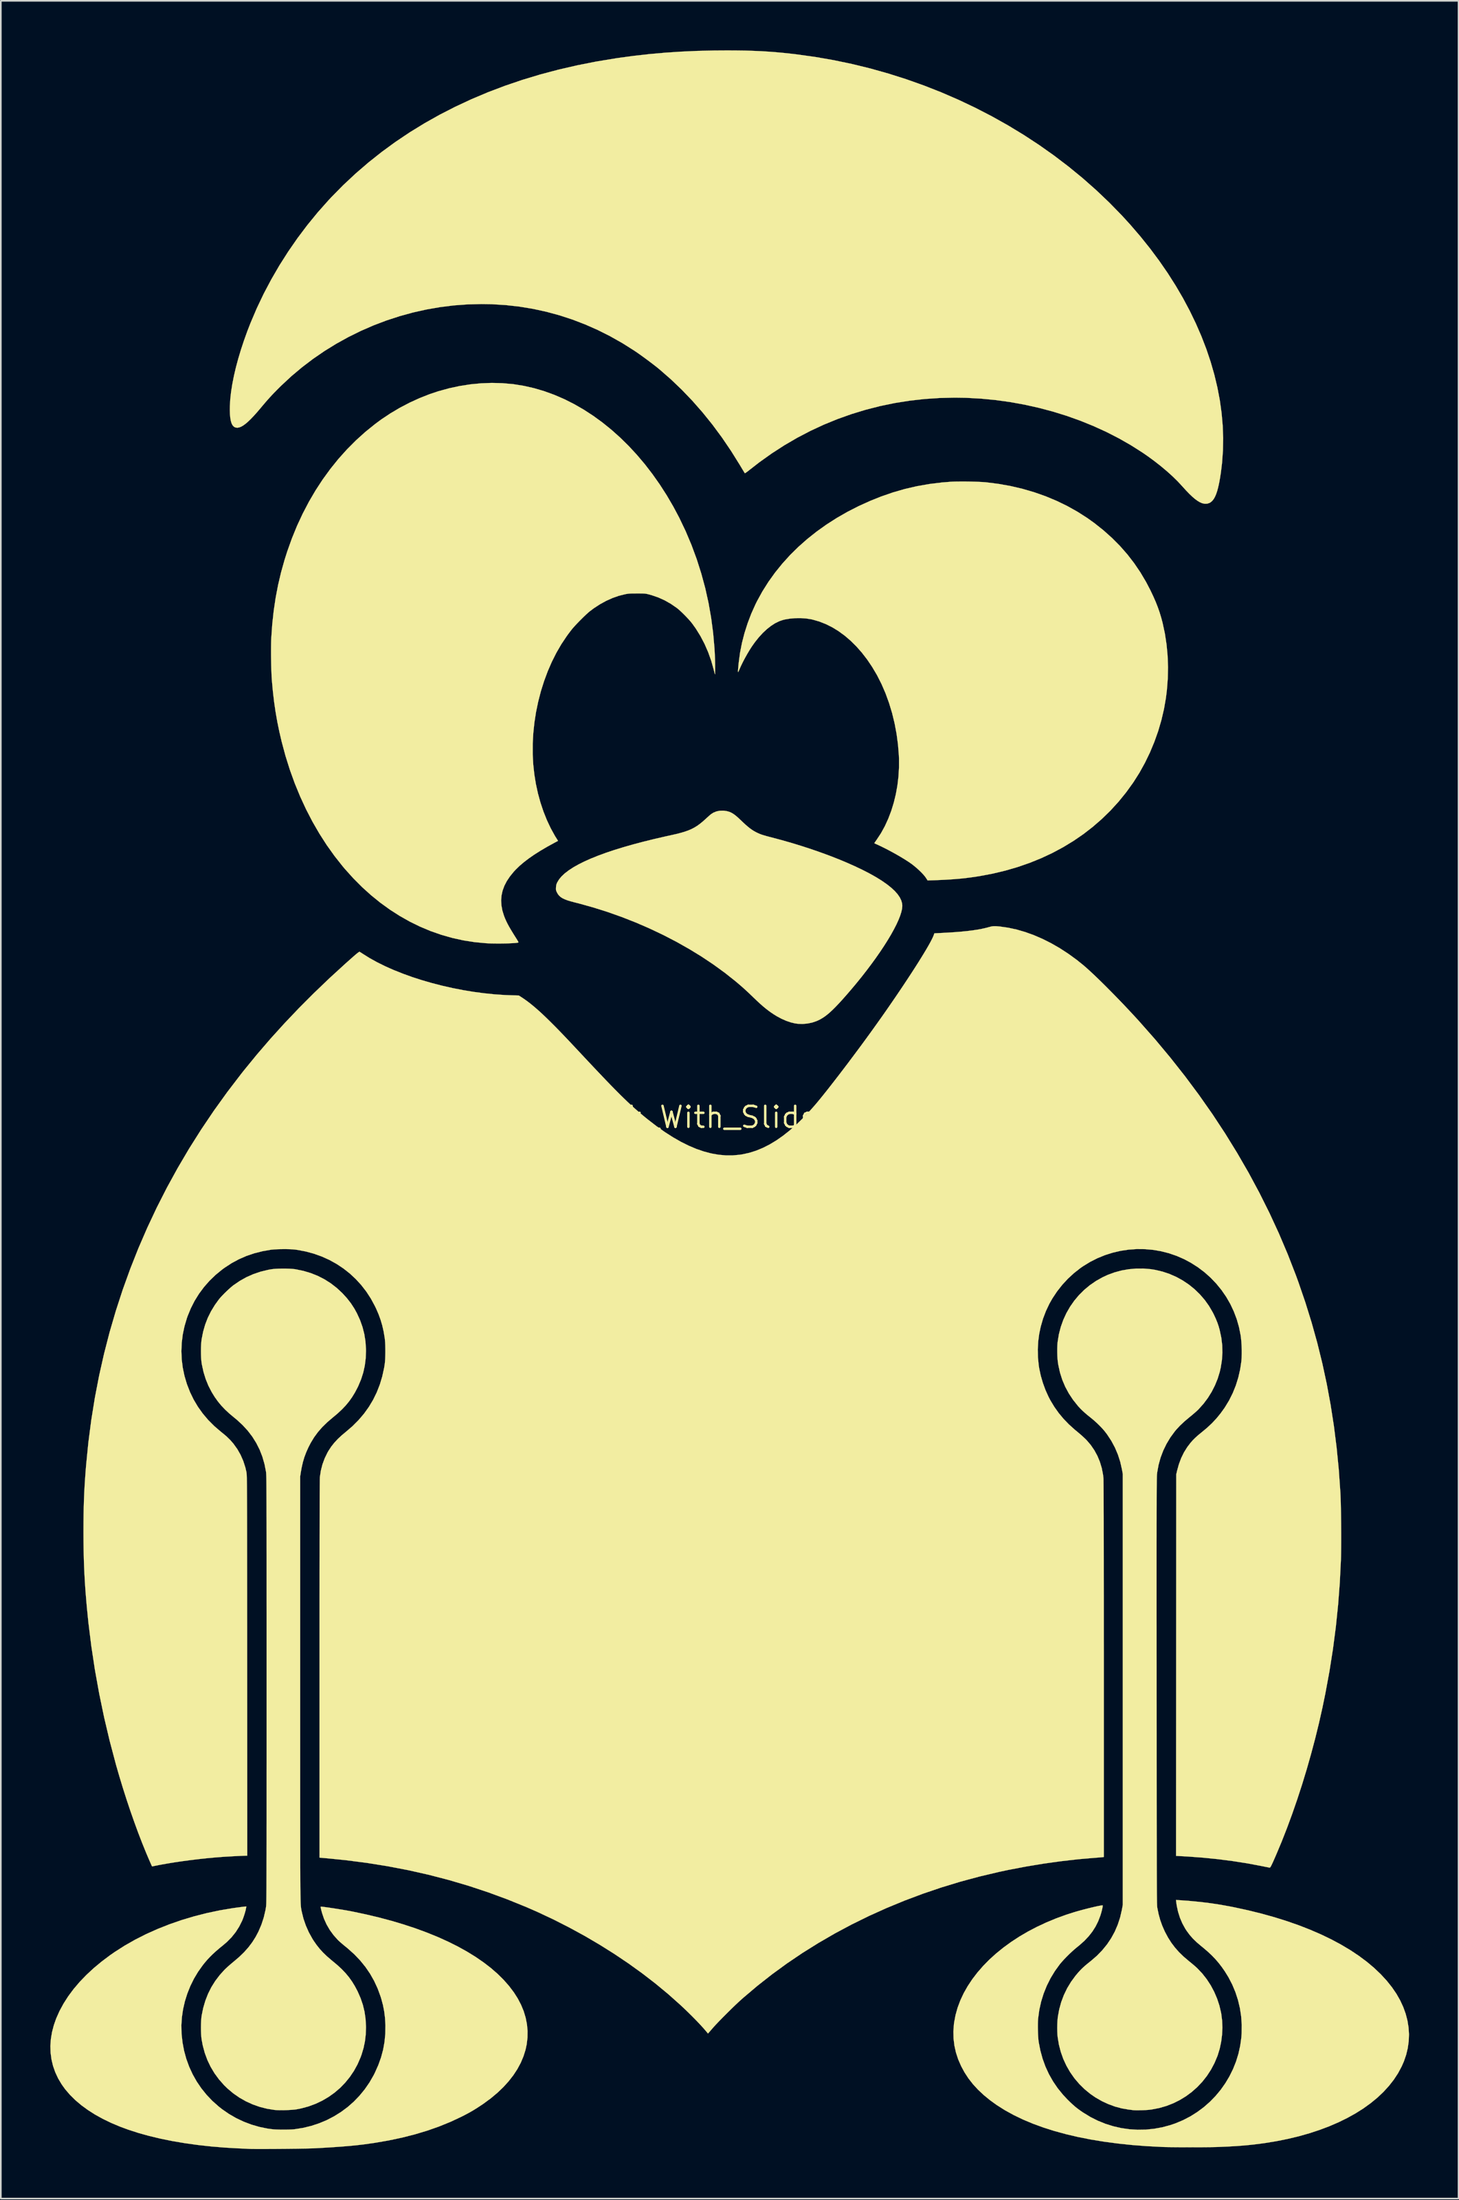
<source format=kicad_pcb>
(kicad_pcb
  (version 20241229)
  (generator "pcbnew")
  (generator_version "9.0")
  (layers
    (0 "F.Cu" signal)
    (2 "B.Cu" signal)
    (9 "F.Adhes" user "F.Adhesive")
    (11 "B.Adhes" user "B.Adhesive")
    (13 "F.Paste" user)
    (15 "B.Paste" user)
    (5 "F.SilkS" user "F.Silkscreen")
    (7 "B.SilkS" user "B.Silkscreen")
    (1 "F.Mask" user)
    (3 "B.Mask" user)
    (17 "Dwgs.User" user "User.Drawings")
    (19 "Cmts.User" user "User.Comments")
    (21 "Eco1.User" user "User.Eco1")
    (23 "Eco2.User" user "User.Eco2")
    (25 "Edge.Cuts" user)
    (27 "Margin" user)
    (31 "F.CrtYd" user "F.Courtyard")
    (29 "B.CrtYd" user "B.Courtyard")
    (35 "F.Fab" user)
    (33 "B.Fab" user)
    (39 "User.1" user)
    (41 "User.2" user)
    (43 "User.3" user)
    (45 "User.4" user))
  (footprint "Tux_Silk_With_Slider_135"
    (layer "F.Cu")
    (at 40.132 64.648)
    (property "Reference" "Tux_Silk_With_Slider_135" (at 0 0 0) (layer "F.SilkS") (effects (font (size 1.27 1.27) (thickness 0.15))))
    (attr through_hole)
    (fp_poly (pts (xy 0.748 -18.567) (xy 0.892 -18.543) (xy 1.024 -18.506) (xy 1.149 -18.453) (xy 1.273 -18.38) (xy 1.405 -18.284) (xy 1.549 -18.161) (xy 1.691 -18.027) (xy 1.869 -17.858) (xy 2.023 -17.717) (xy 2.16 -17.599) (xy 2.285 -17.5) (xy 2.402 -17.416) (xy 2.519 -17.342) (xy 2.639 -17.276) (xy 2.682 -17.254) (xy 2.78 -17.207) (xy 2.879 -17.164) (xy 2.988 -17.124) (xy 3.113 -17.084) (xy 3.261 -17.041) (xy 3.439 -16.993) (xy 3.556 -16.963) (xy 4.174 -16.798) (xy 4.785 -16.624) (xy 5.387 -16.44) (xy 5.976 -16.249) (xy 6.549 -16.05) (xy 7.105 -15.846) (xy 7.639 -15.638) (xy 8.148 -15.426) (xy 8.631 -15.211) (xy 9.084 -14.996) (xy 9.504 -14.781) (xy 9.887 -14.567) (xy 10.233 -14.355) (xy 10.287 -14.319) (xy 10.585 -14.111) (xy 10.841 -13.908) (xy 11.056 -13.708) (xy 11.229 -13.513) (xy 11.361 -13.321) (xy 11.452 -13.133) (xy 11.503 -12.948) (xy 11.515 -12.809) (xy 11.5 -12.635) (xy 11.455 -12.433) (xy 11.383 -12.206) (xy 11.283 -11.954) (xy 11.158 -11.68) (xy 11.007 -11.386) (xy 10.834 -11.073) (xy 10.637 -10.743) (xy 10.419 -10.397) (xy 10.181 -10.039) (xy 9.924 -9.669) (xy 9.648 -9.289) (xy 9.356 -8.901) (xy 9.048 -8.506) (xy 8.725 -8.108) (xy 8.388 -7.707) (xy 8.13 -7.408) (xy 7.894 -7.141) (xy 7.679 -6.905) (xy 7.483 -6.699) (xy 7.303 -6.519) (xy 7.137 -6.364) (xy 6.98 -6.23) (xy 6.832 -6.116) (xy 6.687 -6.018) (xy 6.545 -5.934) (xy 6.401 -5.863) (xy 6.302 -5.82) (xy 6.041 -5.733) (xy 5.76 -5.676) (xy 5.472 -5.652) (xy 5.186 -5.661) (xy 5.007 -5.686) (xy 4.746 -5.749) (xy 4.47 -5.844) (xy 4.188 -5.969) (xy 3.907 -6.119) (xy 3.737 -6.224) (xy 3.565 -6.339) (xy 3.402 -6.457) (xy 3.241 -6.581) (xy 3.076 -6.717) (xy 2.902 -6.87) (xy 2.712 -7.045) (xy 2.501 -7.246) (xy 2.487 -7.26) (xy 2.287 -7.452) (xy 2.108 -7.621) (xy 1.94 -7.775) (xy 1.775 -7.922) (xy 1.603 -8.07) (xy 1.417 -8.227) (xy 1.408 -8.235) (xy 0.758 -8.75) (xy 0.072 -9.249) (xy -0.646 -9.729) (xy -1.396 -10.188) (xy -2.172 -10.626) (xy -2.972 -11.041) (xy -3.794 -11.431) (xy -4.633 -11.795) (xy -5.488 -12.131) (xy -6.354 -12.438) (xy -7.23 -12.714) (xy -8.111 -12.959) (xy -8.35 -13.019) (xy -8.589 -13.082) (xy -8.789 -13.144) (xy -8.956 -13.208) (xy -9.093 -13.275) (xy -9.204 -13.349) (xy -9.294 -13.432) (xy -9.367 -13.526) (xy -9.421 -13.622) (xy -9.455 -13.695) (xy -9.474 -13.752) (xy -9.482 -13.811) (xy -9.48 -13.889) (xy -9.478 -13.926) (xy -9.468 -14.035) (xy -9.447 -14.124) (xy -9.41 -14.214) (xy -9.402 -14.229) (xy -9.291 -14.413) (xy -9.137 -14.596) (xy -8.942 -14.779) (xy -8.705 -14.96) (xy -8.428 -15.141) (xy -8.109 -15.321) (xy -7.751 -15.5) (xy -7.353 -15.677) (xy -6.915 -15.853) (xy -6.438 -16.027) (xy -5.921 -16.2) (xy -5.367 -16.37) (xy -4.774 -16.539) (xy -4.143 -16.705) (xy -3.475 -16.869) (xy -2.769 -17.031) (xy -2.484 -17.093) (xy -2.178 -17.163) (xy -1.908 -17.232) (xy -1.669 -17.303) (xy -1.455 -17.379) (xy -1.262 -17.462) (xy -1.084 -17.555) (xy -0.914 -17.66) (xy -0.748 -17.781) (xy -0.58 -17.919) (xy -0.447 -18.037) (xy -0.352 -18.124) (xy -0.261 -18.206) (xy -0.182 -18.276) (xy -0.121 -18.329) (xy -0.098 -18.349) (xy 0.064 -18.455) (xy 0.248 -18.529) (xy 0.449 -18.57) (xy 0.661 -18.575) (xy 0.748 -18.567)) (stroke (width 0.01) (type solid)) (fill yes) (layer "F.SilkS"))
    (fp_poly (pts (xy 15.481 -38.518) (xy 15.723 -38.513) (xy 15.957 -38.507) (xy 16.177 -38.499) (xy 16.373 -38.489) (xy 16.538 -38.477) (xy 16.595 -38.472) (xy 17.351 -38.376) (xy 18.091 -38.244) (xy 18.813 -38.074) (xy 19.517 -37.868) (xy 20.202 -37.627) (xy 20.866 -37.35) (xy 21.509 -37.038) (xy 22.128 -36.692) (xy 22.723 -36.312) (xy 23.167 -35.994) (xy 23.717 -35.556) (xy 24.232 -35.095) (xy 24.712 -34.612) (xy 25.157 -34.105) (xy 25.568 -33.573) (xy 25.946 -33.016) (xy 26.292 -32.432) (xy 26.554 -31.93) (xy 26.726 -31.567) (xy 26.875 -31.228) (xy 27.003 -30.902) (xy 27.115 -30.581) (xy 27.213 -30.256) (xy 27.293 -29.955) (xy 27.433 -29.301) (xy 27.534 -28.633) (xy 27.597 -27.953) (xy 27.621 -27.264) (xy 27.606 -26.57) (xy 27.552 -25.873) (xy 27.495 -25.411) (xy 27.378 -24.738) (xy 27.221 -24.066) (xy 27.026 -23.4) (xy 26.793 -22.744) (xy 26.526 -22.102) (xy 26.224 -21.478) (xy 25.891 -20.876) (xy 25.527 -20.302) (xy 25.511 -20.278) (xy 25.082 -19.683) (xy 24.623 -19.118) (xy 24.134 -18.583) (xy 23.615 -18.077) (xy 23.069 -17.602) (xy 22.495 -17.157) (xy 21.894 -16.744) (xy 21.266 -16.363) (xy 20.613 -16.013) (xy 19.935 -15.696) (xy 19.232 -15.411) (xy 18.506 -15.16) (xy 17.757 -14.942) (xy 16.985 -14.758) (xy 16.192 -14.609) (xy 15.833 -14.553) (xy 15.427 -14.5) (xy 15.012 -14.455) (xy 14.582 -14.419) (xy 14.127 -14.39) (xy 13.64 -14.368) (xy 13.451 -14.361) (xy 13.049 -14.349) (xy 12.943 -14.511) (xy 12.865 -14.617) (xy 12.757 -14.74) (xy 12.628 -14.873) (xy 12.483 -15.011) (xy 12.329 -15.147) (xy 12.173 -15.274) (xy 12.068 -15.354) (xy 11.889 -15.478) (xy 11.677 -15.614) (xy 11.442 -15.758) (xy 11.189 -15.905) (xy 10.926 -16.052) (xy 10.661 -16.194) (xy 10.4 -16.328) (xy 10.152 -16.448) (xy 9.954 -16.539) (xy 9.887 -16.569) (xy 9.84 -16.594) (xy 9.821 -16.607) (xy 9.821 -16.607) (xy 9.833 -16.628) (xy 9.864 -16.675) (xy 9.911 -16.742) (xy 9.961 -16.813) (xy 10.221 -17.208) (xy 10.456 -17.635) (xy 10.664 -18.089) (xy 10.846 -18.567) (xy 10.999 -19.065) (xy 11.124 -19.58) (xy 11.219 -20.108) (xy 11.283 -20.646) (xy 11.315 -21.189) (xy 11.315 -21.735) (xy 11.307 -21.924) (xy 11.254 -22.578) (xy 11.168 -23.226) (xy 11.048 -23.865) (xy 10.896 -24.49) (xy 10.712 -25.097) (xy 10.499 -25.684) (xy 10.256 -26.246) (xy 9.986 -26.779) (xy 9.964 -26.818) (xy 9.683 -27.292) (xy 9.384 -27.735) (xy 9.067 -28.146) (xy 8.734 -28.524) (xy 8.387 -28.868) (xy 8.027 -29.177) (xy 7.654 -29.45) (xy 7.272 -29.685) (xy 6.879 -29.881) (xy 6.479 -30.038) (xy 6.072 -30.155) (xy 5.98 -30.175) (xy 5.68 -30.222) (xy 5.359 -30.244) (xy 5.029 -30.241) (xy 4.703 -30.213) (xy 4.393 -30.16) (xy 4.307 -30.14) (xy 4.061 -30.058) (xy 3.811 -29.937) (xy 3.56 -29.776) (xy 3.309 -29.579) (xy 3.06 -29.347) (xy 2.816 -29.081) (xy 2.578 -28.783) (xy 2.401 -28.533) (xy 2.263 -28.319) (xy 2.121 -28.082) (xy 1.982 -27.834) (xy 1.851 -27.586) (xy 1.735 -27.348) (xy 1.641 -27.136) (xy 1.611 -27.064) (xy 1.587 -27.013) (xy 1.57 -26.983) (xy 1.559 -26.977) (xy 1.554 -26.999) (xy 1.554 -27.05) (xy 1.559 -27.134) (xy 1.57 -27.252) (xy 1.585 -27.408) (xy 1.6 -27.559) (xy 1.679 -28.148) (xy 1.796 -28.744) (xy 1.95 -29.341) (xy 2.139 -29.933) (xy 2.36 -30.514) (xy 2.613 -31.077) (xy 2.704 -31.261) (xy 3.032 -31.859) (xy 3.398 -32.439) (xy 3.8 -33) (xy 4.238 -33.541) (xy 4.709 -34.061) (xy 5.214 -34.559) (xy 5.751 -35.034) (xy 6.319 -35.485) (xy 6.917 -35.912) (xy 7.543 -36.313) (xy 8.197 -36.688) (xy 8.878 -37.035) (xy 9.583 -37.353) (xy 10.234 -37.613) (xy 10.951 -37.861) (xy 11.676 -38.07) (xy 12.411 -38.239) (xy 13.159 -38.37) (xy 13.923 -38.463) (xy 14.435 -38.504) (xy 14.596 -38.512) (xy 14.788 -38.517) (xy 15.006 -38.519) (xy 15.239 -38.52) (xy 15.481 -38.518)) (stroke (width 0.01) (type solid)) (fill yes) (layer "F.SilkS"))
    (fp_poly (pts (xy 1.443 -64.64) (xy 1.964 -64.632) (xy 2.457 -64.617) (xy 2.932 -64.597) (xy 3.397 -64.569) (xy 3.858 -64.534) (xy 4.323 -64.491) (xy 4.801 -64.44) (xy 5.069 -64.408) (xy 6.209 -64.251) (xy 7.34 -64.055) (xy 8.461 -63.821) (xy 9.571 -63.55) (xy 10.67 -63.241) (xy 11.755 -62.897) (xy 12.825 -62.517) (xy 13.88 -62.102) (xy 14.917 -61.653) (xy 15.936 -61.17) (xy 16.934 -60.655) (xy 17.912 -60.107) (xy 18.868 -59.528) (xy 19.8 -58.918) (xy 20.707 -58.277) (xy 21.587 -57.607) (xy 22.441 -56.908) (xy 23.265 -56.18) (xy 24.06 -55.425) (xy 24.823 -54.643) (xy 25.333 -54.085) (xy 25.952 -53.365) (xy 26.537 -52.635) (xy 27.088 -51.895) (xy 27.604 -51.148) (xy 28.084 -50.393) (xy 28.529 -49.632) (xy 28.938 -48.865) (xy 29.31 -48.095) (xy 29.646 -47.322) (xy 29.945 -46.547) (xy 30.206 -45.771) (xy 30.429 -44.995) (xy 30.614 -44.221) (xy 30.761 -43.448) (xy 30.868 -42.679) (xy 30.936 -41.914) (xy 30.964 -41.155) (xy 30.951 -40.402) (xy 30.898 -39.657) (xy 30.828 -39.076) (xy 30.775 -38.734) (xy 30.72 -38.432) (xy 30.662 -38.169) (xy 30.601 -37.941) (xy 30.535 -37.747) (xy 30.464 -37.585) (xy 30.387 -37.453) (xy 30.303 -37.348) (xy 30.211 -37.268) (xy 30.137 -37.223) (xy 29.999 -37.178) (xy 29.85 -37.172) (xy 29.695 -37.205) (xy 29.68 -37.21) (xy 29.547 -37.269) (xy 29.406 -37.353) (xy 29.254 -37.465) (xy 29.089 -37.606) (xy 28.909 -37.777) (xy 28.712 -37.982) (xy 28.495 -38.221) (xy 28.482 -38.236) (xy 28.209 -38.53) (xy 27.9 -38.833) (xy 27.56 -39.14) (xy 27.192 -39.449) (xy 26.803 -39.754) (xy 26.396 -40.052) (xy 26.073 -40.275) (xy 25.373 -40.72) (xy 24.644 -41.136) (xy 23.889 -41.523) (xy 23.109 -41.879) (xy 22.308 -42.204) (xy 21.488 -42.497) (xy 20.651 -42.757) (xy 19.799 -42.983) (xy 18.936 -43.176) (xy 18.064 -43.334) (xy 17.185 -43.456) (xy 16.301 -43.542) (xy 15.415 -43.591) (xy 14.711 -43.603) (xy 13.783 -43.582) (xy 12.865 -43.521) (xy 11.957 -43.418) (xy 11.059 -43.276) (xy 10.172 -43.093) (xy 9.299 -42.87) (xy 8.438 -42.608) (xy 7.592 -42.307) (xy 6.76 -41.967) (xy 5.945 -41.589) (xy 5.146 -41.172) (xy 4.365 -40.717) (xy 3.602 -40.224) (xy 2.859 -39.695) (xy 2.265 -39.233) (xy 2.172 -39.159) (xy 2.091 -39.098) (xy 2.026 -39.053) (xy 1.983 -39.027) (xy 1.969 -39.024) (xy 1.954 -39.046) (xy 1.921 -39.1) (xy 1.872 -39.18) (xy 1.81 -39.282) (xy 1.739 -39.4) (xy 1.662 -39.529) (xy 1.133 -40.376) (xy 0.582 -41.188) (xy 0.008 -41.964) (xy -0.589 -42.705) (xy -1.208 -43.41) (xy -1.85 -44.08) (xy -2.516 -44.716) (xy -3.205 -45.317) (xy -3.207 -45.318) (xy -3.357 -45.441) (xy -3.535 -45.58) (xy -3.732 -45.731) (xy -3.94 -45.887) (xy -4.15 -46.041) (xy -4.354 -46.189) (xy -4.544 -46.323) (xy -4.712 -46.437) (xy -4.72 -46.443) (xy -5.448 -46.902) (xy -6.189 -47.321) (xy -6.943 -47.7) (xy -7.708 -48.038) (xy -8.484 -48.336) (xy -9.271 -48.593) (xy -10.069 -48.809) (xy -10.877 -48.985) (xy -11.695 -49.119) (xy -12.521 -49.212) (xy -13.357 -49.264) (xy -13.991 -49.275) (xy -14.834 -49.254) (xy -15.673 -49.192) (xy -16.507 -49.088) (xy -17.335 -48.944) (xy -18.154 -48.761) (xy -18.963 -48.538) (xy -19.76 -48.278) (xy -20.544 -47.98) (xy -21.313 -47.645) (xy -22.065 -47.274) (xy -22.799 -46.868) (xy -23.513 -46.427) (xy -24.205 -45.952) (xy -24.874 -45.444) (xy -25.518 -44.903) (xy -26.135 -44.329) (xy -26.249 -44.217) (xy -26.415 -44.05) (xy -26.562 -43.9) (xy -26.698 -43.758) (xy -26.827 -43.618) (xy -26.957 -43.473) (xy -27.095 -43.314) (xy -27.248 -43.135) (xy -27.379 -42.978) (xy -27.601 -42.717) (xy -27.803 -42.492) (xy -27.987 -42.3) (xy -28.154 -42.14) (xy -28.305 -42.012) (xy -28.442 -41.913) (xy -28.567 -41.842) (xy -28.682 -41.798) (xy -28.788 -41.78) (xy -28.808 -41.78) (xy -28.913 -41.795) (xy -29.003 -41.842) (xy -29.079 -41.922) (xy -29.14 -42.036) (xy -29.187 -42.186) (xy -29.221 -42.373) (xy -29.242 -42.596) (xy -29.249 -42.859) (xy -29.246 -43.095) (xy -29.223 -43.507) (xy -29.174 -43.95) (xy -29.1 -44.42) (xy -29.003 -44.914) (xy -28.883 -45.429) (xy -28.74 -45.961) (xy -28.576 -46.509) (xy -28.391 -47.068) (xy -28.187 -47.635) (xy -27.993 -48.133) (xy -27.614 -49.022) (xy -27.195 -49.901) (xy -26.737 -50.767) (xy -26.243 -51.618) (xy -25.713 -52.451) (xy -25.15 -53.264) (xy -24.556 -54.053) (xy -23.931 -54.818) (xy -23.277 -55.554) (xy -23.103 -55.741) (xy -22.38 -56.476) (xy -21.628 -57.179) (xy -20.847 -57.852) (xy -20.038 -58.494) (xy -19.201 -59.105) (xy -18.335 -59.685) (xy -17.442 -60.233) (xy -16.521 -60.75) (xy -15.573 -61.235) (xy -14.598 -61.689) (xy -13.597 -62.111) (xy -12.568 -62.501) (xy -11.514 -62.859) (xy -10.434 -63.185) (xy -9.327 -63.478) (xy -8.196 -63.739) (xy -7.039 -63.968) (xy -5.857 -64.163) (xy -5.696 -64.187) (xy -4.751 -64.315) (xy -3.806 -64.421) (xy -2.855 -64.505) (xy -1.89 -64.569) (xy -0.905 -64.613) (xy 0.106 -64.637) (xy 0.889 -64.643) (xy 1.443 -64.64)) (stroke (width 0.01) (type solid)) (fill yes) (layer "F.SilkS"))
    (fp_poly (pts (xy 28.314 47.445) (xy 28.97 47.493) (xy 29.596 47.554) (xy 30.203 47.629) (xy 30.802 47.72) (xy 31.403 47.829) (xy 31.644 47.877) (xy 32.486 48.06) (xy 33.299 48.261) (xy 34.083 48.48) (xy 34.836 48.716) (xy 35.558 48.969) (xy 36.247 49.238) (xy 36.904 49.523) (xy 37.528 49.824) (xy 38.117 50.14) (xy 38.67 50.47) (xy 39.188 50.815) (xy 39.67 51.174) (xy 40.113 51.546) (xy 40.519 51.932) (xy 40.885 52.33) (xy 41.196 52.72) (xy 41.465 53.113) (xy 41.693 53.514) (xy 41.881 53.92) (xy 42.029 54.33) (xy 42.136 54.744) (xy 42.203 55.159) (xy 42.228 55.576) (xy 42.212 55.991) (xy 42.155 56.405) (xy 42.057 56.815) (xy 41.917 57.222) (xy 41.785 57.52) (xy 41.567 57.928) (xy 41.309 58.321) (xy 41.012 58.7) (xy 40.679 59.064) (xy 40.31 59.413) (xy 39.905 59.745) (xy 39.467 60.061) (xy 38.996 60.359) (xy 38.493 60.639) (xy 37.959 60.901) (xy 37.396 61.144) (xy 36.804 61.367) (xy 36.184 61.57) (xy 35.537 61.753) (xy 34.865 61.913) (xy 34.169 62.052) (xy 33.475 62.165) (xy 33.056 62.221) (xy 32.632 62.27) (xy 32.196 62.311) (xy 31.74 62.345) (xy 31.259 62.373) (xy 30.744 62.395) (xy 30.639 62.399) (xy 30.47 62.404) (xy 30.268 62.408) (xy 30.037 62.411) (xy 29.783 62.414) (xy 29.512 62.415) (xy 29.231 62.416) (xy 28.945 62.417) (xy 28.659 62.416) (xy 28.38 62.415) (xy 28.113 62.413) (xy 27.865 62.41) (xy 27.641 62.407) (xy 27.446 62.403) (xy 27.288 62.398) (xy 27.273 62.397) (xy 26.346 62.349) (xy 25.448 62.28) (xy 24.582 62.189) (xy 23.747 62.078) (xy 22.943 61.947) (xy 22.173 61.795) (xy 21.435 61.622) (xy 20.731 61.43) (xy 20.061 61.217) (xy 19.426 60.985) (xy 18.826 60.733) (xy 18.261 60.461) (xy 17.733 60.17) (xy 17.242 59.86) (xy 16.839 59.57) (xy 16.452 59.253) (xy 16.105 58.928) (xy 15.795 58.59) (xy 15.521 58.239) (xy 15.281 57.87) (xy 15.081 57.499) (xy 14.903 57.092) (xy 14.768 56.679) (xy 14.674 56.259) (xy 14.622 55.834) (xy 14.612 55.401) (xy 14.643 54.962) (xy 14.657 54.855) (xy 14.742 54.404) (xy 14.867 53.957) (xy 15.033 53.515) (xy 15.236 53.081) (xy 15.478 52.654) (xy 15.755 52.236) (xy 16.067 51.828) (xy 16.413 51.431) (xy 16.791 51.046) (xy 17.2 50.675) (xy 17.64 50.319) (xy 18.108 49.978) (xy 18.603 49.654) (xy 19.125 49.348) (xy 19.673 49.061) (xy 20.244 48.794) (xy 20.837 48.548) (xy 21.452 48.325) (xy 21.918 48.176) (xy 22.084 48.127) (xy 22.262 48.077) (xy 22.446 48.027) (xy 22.633 47.978) (xy 22.818 47.931) (xy 22.996 47.888) (xy 23.162 47.849) (xy 23.312 47.815) (xy 23.441 47.789) (xy 23.544 47.77) (xy 23.617 47.76) (xy 23.656 47.76) (xy 23.66 47.762) (xy 23.663 47.79) (xy 23.656 47.852) (xy 23.639 47.94) (xy 23.615 48.046) (xy 23.585 48.163) (xy 23.55 48.284) (xy 23.517 48.389) (xy 23.387 48.726) (xy 23.229 49.042) (xy 23.039 49.342) (xy 22.816 49.627) (xy 22.557 49.902) (xy 22.258 50.17) (xy 22.119 50.282) (xy 21.969 50.406) (xy 21.805 50.553) (xy 21.634 50.713) (xy 21.465 50.881) (xy 21.307 51.046) (xy 21.167 51.202) (xy 21.065 51.323) (xy 20.765 51.737) (xy 20.5 52.173) (xy 20.273 52.627) (xy 20.083 53.099) (xy 19.932 53.585) (xy 19.82 54.084) (xy 19.75 54.593) (xy 19.747 54.619) (xy 19.737 54.763) (xy 19.732 54.936) (xy 19.731 55.129) (xy 19.734 55.33) (xy 19.74 55.529) (xy 19.75 55.717) (xy 19.763 55.884) (xy 19.779 56.02) (xy 19.78 56.028) (xy 19.881 56.549) (xy 20.018 57.049) (xy 20.192 57.529) (xy 20.403 57.987) (xy 20.651 58.424) (xy 20.935 58.84) (xy 21.255 59.234) (xy 21.525 59.522) (xy 21.694 59.688) (xy 21.845 59.829) (xy 21.987 59.953) (xy 22.129 60.067) (xy 22.282 60.179) (xy 22.453 60.297) (xy 22.479 60.314) (xy 22.914 60.58) (xy 23.365 60.807) (xy 23.83 60.995) (xy 24.306 61.144) (xy 24.791 61.255) (xy 25.283 61.325) (xy 25.778 61.356) (xy 26.276 61.347) (xy 26.773 61.297) (xy 27.267 61.207) (xy 27.756 61.076) (xy 28.075 60.967) (xy 28.539 60.772) (xy 28.981 60.542) (xy 29.399 60.278) (xy 29.794 59.984) (xy 30.162 59.66) (xy 30.503 59.31) (xy 30.816 58.934) (xy 31.097 58.535) (xy 31.347 58.115) (xy 31.564 57.676) (xy 31.746 57.22) (xy 31.891 56.749) (xy 31.998 56.265) (xy 32.067 55.771) (xy 32.086 55.506) (xy 32.092 54.994) (xy 32.057 54.488) (xy 31.981 53.989) (xy 31.865 53.499) (xy 31.71 53.022) (xy 31.517 52.559) (xy 31.285 52.112) (xy 31.065 51.756) (xy 30.878 51.488) (xy 30.687 51.241) (xy 30.486 51.008) (xy 30.269 50.783) (xy 30.029 50.559) (xy 29.76 50.329) (xy 29.624 50.218) (xy 29.363 49.997) (xy 29.136 49.777) (xy 28.937 49.551) (xy 28.759 49.311) (xy 28.666 49.17) (xy 28.491 48.851) (xy 28.344 48.506) (xy 28.23 48.142) (xy 28.149 47.766) (xy 28.12 47.555) (xy 28.106 47.432) (xy 28.314 47.445)) (stroke (width 0.01) (type solid)) (fill yes) (layer "F.SilkS"))
    (fp_poly (pts (xy -12.733 -44.479) (xy -12.108 -44.424) (xy -12.054 -44.418) (xy -11.427 -44.317) (xy -10.804 -44.175) (xy -10.187 -43.993) (xy -9.577 -43.771) (xy -8.974 -43.511) (xy -8.381 -43.212) (xy -7.798 -42.877) (xy -7.227 -42.506) (xy -6.667 -42.099) (xy -6.121 -41.658) (xy -5.59 -41.184) (xy -5.074 -40.677) (xy -4.575 -40.138) (xy -4.093 -39.569) (xy -3.631 -38.969) (xy -3.188 -38.341) (xy -2.766 -37.684) (xy -2.366 -37) (xy -2.011 -36.333) (xy -1.62 -35.514) (xy -1.266 -34.676) (xy -0.95 -33.821) (xy -0.673 -32.95) (xy -0.433 -32.065) (xy -0.233 -31.166) (xy -0.073 -30.256) (xy 0.048 -29.335) (xy 0.129 -28.406) (xy 0.147 -28.079) (xy 0.153 -27.941) (xy 0.159 -27.792) (xy 0.163 -27.637) (xy 0.166 -27.482) (xy 0.168 -27.332) (xy 0.169 -27.192) (xy 0.169 -27.068) (xy 0.168 -26.967) (xy 0.166 -26.892) (xy 0.162 -26.85) (xy 0.158 -26.843) (xy 0.149 -26.867) (xy 0.133 -26.924) (xy 0.111 -27.005) (xy 0.087 -27.103) (xy 0.084 -27.117) (xy -0.067 -27.655) (xy -0.253 -28.177) (xy -0.472 -28.679) (xy -0.723 -29.158) (xy -1.004 -29.611) (xy -1.225 -29.919) (xy -1.315 -30.03) (xy -1.427 -30.158) (xy -1.555 -30.296) (xy -1.691 -30.436) (xy -1.828 -30.571) (xy -1.958 -30.693) (xy -2.075 -30.795) (xy -2.149 -30.855) (xy -2.517 -31.109) (xy -2.895 -31.323) (xy -3.286 -31.499) (xy -3.693 -31.638) (xy -3.842 -31.679) (xy -3.919 -31.698) (xy -3.985 -31.713) (xy -4.049 -31.723) (xy -4.117 -31.731) (xy -4.197 -31.735) (xy -4.298 -31.738) (xy -4.427 -31.739) (xy -4.561 -31.739) (xy -4.728 -31.738) (xy -4.86 -31.737) (xy -4.967 -31.733) (xy -5.056 -31.727) (xy -5.137 -31.717) (xy -5.218 -31.705) (xy -5.292 -31.69) (xy -5.672 -31.595) (xy -6.056 -31.46) (xy -6.439 -31.288) (xy -6.815 -31.082) (xy -7.179 -30.845) (xy -7.429 -30.657) (xy -7.52 -30.581) (xy -7.633 -30.479) (xy -7.761 -30.358) (xy -7.898 -30.224) (xy -8.037 -30.085) (xy -8.173 -29.945) (xy -8.298 -29.813) (xy -8.407 -29.693) (xy -8.493 -29.593) (xy -8.512 -29.57) (xy -8.593 -29.466) (xy -8.685 -29.345) (xy -8.775 -29.224) (xy -8.831 -29.146) (xy -9.157 -28.658) (xy -9.458 -28.138) (xy -9.733 -27.591) (xy -9.981 -27.019) (xy -10.201 -26.426) (xy -10.393 -25.816) (xy -10.555 -25.192) (xy -10.687 -24.558) (xy -10.787 -23.918) (xy -10.855 -23.273) (xy -10.89 -22.63) (xy -10.891 -21.989) (xy -10.857 -21.368) (xy -10.792 -20.777) (xy -10.697 -20.192) (xy -10.572 -19.618) (xy -10.418 -19.059) (xy -10.237 -18.519) (xy -10.03 -18.001) (xy -9.798 -17.509) (xy -9.544 -17.048) (xy -9.39 -16.803) (xy -9.354 -16.747) (xy -9.582 -16.625) (xy -10.025 -16.382) (xy -10.429 -16.144) (xy -10.795 -15.912) (xy -11.124 -15.684) (xy -11.42 -15.458) (xy -11.683 -15.234) (xy -11.915 -15.009) (xy -12.039 -14.876) (xy -12.271 -14.591) (xy -12.461 -14.307) (xy -12.609 -14.02) (xy -12.715 -13.731) (xy -12.78 -13.437) (xy -12.804 -13.139) (xy -12.786 -12.834) (xy -12.728 -12.521) (xy -12.629 -12.2) (xy -12.558 -12.022) (xy -12.49 -11.871) (xy -12.412 -11.713) (xy -12.32 -11.543) (xy -12.21 -11.355) (xy -12.081 -11.143) (xy -11.96 -10.949) (xy -11.883 -10.828) (xy -11.827 -10.738) (xy -11.789 -10.674) (xy -11.767 -10.632) (xy -11.759 -10.606) (xy -11.762 -10.591) (xy -11.775 -10.583) (xy -11.788 -10.58) (xy -11.858 -10.567) (xy -11.964 -10.556) (xy -12.101 -10.547) (xy -12.263 -10.539) (xy -12.444 -10.532) (xy -12.638 -10.528) (xy -12.839 -10.525) (xy -13.042 -10.525) (xy -13.24 -10.527) (xy -13.429 -10.531) (xy -13.601 -10.537) (xy -13.716 -10.543) (xy -14.408 -10.609) (xy -15.091 -10.716) (xy -15.764 -10.864) (xy -16.426 -11.052) (xy -17.077 -11.279) (xy -17.715 -11.546) (xy -18.34 -11.852) (xy -18.95 -12.196) (xy -19.546 -12.578) (xy -20.126 -12.997) (xy -20.69 -13.454) (xy -21.236 -13.947) (xy -21.763 -14.476) (xy -22.272 -15.041) (xy -22.407 -15.201) (xy -22.905 -15.831) (xy -23.378 -16.494) (xy -23.823 -17.187) (xy -24.24 -17.909) (xy -24.628 -18.658) (xy -24.986 -19.432) (xy -25.314 -20.23) (xy -25.61 -21.049) (xy -25.874 -21.889) (xy -26.105 -22.748) (xy -26.109 -22.765) (xy -26.251 -23.374) (xy -26.374 -23.972) (xy -26.478 -24.569) (xy -26.566 -25.175) (xy -26.639 -25.801) (xy -26.699 -26.456) (xy -26.703 -26.501) (xy -26.715 -26.68) (xy -26.725 -26.894) (xy -26.734 -27.135) (xy -26.741 -27.394) (xy -26.746 -27.665) (xy -26.75 -27.938) (xy -26.751 -28.208) (xy -26.75 -28.464) (xy -26.747 -28.701) (xy -26.742 -28.91) (xy -26.736 -29.051) (xy -26.677 -29.885) (xy -26.589 -30.692) (xy -26.472 -31.478) (xy -26.325 -32.248) (xy -26.146 -33.009) (xy -25.934 -33.765) (xy -25.771 -34.279) (xy -25.489 -35.069) (xy -25.176 -35.836) (xy -24.83 -36.578) (xy -24.455 -37.296) (xy -24.05 -37.987) (xy -23.616 -38.651) (xy -23.153 -39.287) (xy -22.664 -39.893) (xy -22.147 -40.469) (xy -21.605 -41.013) (xy -21.038 -41.525) (xy -20.447 -42.002) (xy -20.077 -42.275) (xy -19.524 -42.645) (xy -18.946 -42.988) (xy -18.349 -43.3) (xy -17.74 -43.578) (xy -17.123 -43.82) (xy -16.605 -43.992) (xy -15.961 -44.169) (xy -15.313 -44.308) (xy -14.662 -44.409) (xy -14.013 -44.471) (xy -13.369 -44.495) (xy -12.733 -44.479)) (stroke (width 0.01) (type solid)) (fill yes) (layer "F.SilkS"))
    (fp_poly (pts (xy -28.267 47.927) (xy -28.284 48.016) (xy -28.314 48.133) (xy -28.353 48.267) (xy -28.398 48.407) (xy -28.446 48.542) (xy -28.492 48.661) (xy -28.503 48.686) (xy -28.682 49.044) (xy -28.894 49.377) (xy -29.141 49.686) (xy -29.423 49.972) (xy -29.64 50.159) (xy -29.883 50.357) (xy -30.095 50.539) (xy -30.283 50.71) (xy -30.452 50.877) (xy -30.61 51.046) (xy -30.761 51.222) (xy -30.889 51.382) (xy -31.174 51.782) (xy -31.427 52.205) (xy -31.645 52.647) (xy -31.828 53.105) (xy -31.975 53.574) (xy -32.085 54.052) (xy -32.156 54.535) (xy -32.188 55.019) (xy -32.178 55.501) (xy -32.175 55.548) (xy -32.118 56.069) (xy -32.022 56.575) (xy -31.887 57.066) (xy -31.714 57.54) (xy -31.504 57.995) (xy -31.259 58.43) (xy -30.978 58.844) (xy -30.662 59.236) (xy -30.313 59.603) (xy -29.93 59.944) (xy -29.718 60.111) (xy -29.302 60.398) (xy -28.864 60.651) (xy -28.407 60.867) (xy -27.933 61.046) (xy -27.446 61.187) (xy -26.95 61.287) (xy -26.69 61.322) (xy -26.561 61.334) (xy -26.4 61.342) (xy -26.219 61.347) (xy -26.027 61.349) (xy -25.834 61.348) (xy -25.65 61.344) (xy -25.485 61.337) (xy -25.35 61.327) (xy -25.315 61.323) (xy -24.804 61.241) (xy -24.308 61.12) (xy -23.828 60.961) (xy -23.366 60.767) (xy -22.924 60.537) (xy -22.504 60.274) (xy -22.107 59.979) (xy -21.736 59.652) (xy -21.391 59.294) (xy -21.075 58.909) (xy -20.788 58.495) (xy -20.534 58.055) (xy -20.457 57.901) (xy -20.249 57.435) (xy -20.082 56.969) (xy -19.956 56.499) (xy -19.871 56.023) (xy -19.825 55.537) (xy -19.817 55.038) (xy -19.819 54.98) (xy -19.843 54.57) (xy -19.892 54.182) (xy -19.966 53.802) (xy -20.069 53.417) (xy -20.113 53.276) (xy -20.289 52.796) (xy -20.501 52.338) (xy -20.748 51.902) (xy -21.031 51.488) (xy -21.351 51.094) (xy -21.707 50.722) (xy -22.101 50.368) (xy -22.225 50.267) (xy -22.338 50.175) (xy -22.454 50.077) (xy -22.562 49.983) (xy -22.653 49.9) (xy -22.699 49.856) (xy -22.959 49.566) (xy -23.189 49.251) (xy -23.385 48.915) (xy -23.544 48.563) (xy -23.66 48.218) (xy -23.699 48.072) (xy -23.726 47.964) (xy -23.739 47.891) (xy -23.741 47.849) (xy -23.733 47.837) (xy -23.675 47.84) (xy -23.582 47.85) (xy -23.458 47.866) (xy -23.309 47.886) (xy -23.141 47.911) (xy -22.959 47.938) (xy -22.768 47.968) (xy -22.575 47.999) (xy -22.384 48.03) (xy -22.202 48.061) (xy -22.034 48.091) (xy -21.886 48.119) (xy -21.858 48.124) (xy -21.024 48.3) (xy -20.218 48.491) (xy -19.441 48.698) (xy -18.694 48.921) (xy -17.977 49.159) (xy -17.291 49.411) (xy -16.638 49.677) (xy -16.017 49.958) (xy -15.429 50.251) (xy -14.876 50.558) (xy -14.358 50.877) (xy -13.876 51.208) (xy -13.43 51.551) (xy -13.022 51.906) (xy -12.653 52.271) (xy -12.322 52.647) (xy -12.031 53.032) (xy -11.799 53.396) (xy -11.598 53.78) (xy -11.437 54.17) (xy -11.318 54.565) (xy -11.239 54.965) (xy -11.202 55.366) (xy -11.207 55.769) (xy -11.253 56.171) (xy -11.325 56.509) (xy -11.449 56.904) (xy -11.613 57.294) (xy -11.818 57.676) (xy -12.063 58.05) (xy -12.347 58.415) (xy -12.669 58.77) (xy -13.028 59.113) (xy -13.424 59.445) (xy -13.856 59.764) (xy -14.044 59.891) (xy -14.248 60.024) (xy -14.432 60.14) (xy -14.609 60.245) (xy -14.789 60.346) (xy -14.985 60.45) (xy -15.206 60.563) (xy -15.229 60.574) (xy -15.882 60.879) (xy -16.567 61.158) (xy -17.285 61.41) (xy -18.036 61.635) (xy -18.82 61.834) (xy -19.635 62.006) (xy -20.483 62.152) (xy -21.103 62.239) (xy -21.36 62.27) (xy -21.626 62.3) (xy -21.905 62.327) (xy -22.203 62.353) (xy -22.522 62.379) (xy -22.867 62.403) (xy -23.242 62.428) (xy -23.651 62.452) (xy -24.077 62.475) (xy -24.188 62.48) (xy -24.334 62.485) (xy -24.51 62.49) (xy -24.714 62.494) (xy -24.94 62.498) (xy -25.184 62.503) (xy -25.442 62.506) (xy -25.71 62.51) (xy -25.983 62.513) (xy -26.257 62.515) (xy -26.527 62.518) (xy -26.79 62.519) (xy -27.042 62.52) (xy -27.277 62.521) (xy -27.491 62.521) (xy -27.681 62.52) (xy -27.842 62.519) (xy -27.97 62.517) (xy -28.06 62.514) (xy -28.067 62.514) (xy -28.128 62.511) (xy -28.223 62.506) (xy -28.344 62.5) (xy -28.484 62.494) (xy -28.633 62.487) (xy -28.713 62.484) (xy -29.563 62.435) (xy -30.391 62.366) (xy -31.195 62.277) (xy -31.972 62.169) (xy -32.722 62.042) (xy -33.441 61.897) (xy -34.129 61.733) (xy -34.783 61.552) (xy -35.402 61.352) (xy -35.909 61.165) (xy -36.445 60.939) (xy -36.948 60.696) (xy -37.418 60.436) (xy -37.853 60.159) (xy -38.253 59.867) (xy -38.616 59.56) (xy -38.941 59.239) (xy -39.228 58.905) (xy -39.44 58.611) (xy -39.656 58.248) (xy -39.831 57.874) (xy -39.966 57.49) (xy -40.06 57.095) (xy -40.114 56.693) (xy -40.127 56.283) (xy -40.099 55.867) (xy -40.03 55.446) (xy -39.919 55.022) (xy -39.779 54.621) (xy -39.575 54.162) (xy -39.33 53.71) (xy -39.045 53.265) (xy -38.719 52.827) (xy -38.354 52.398) (xy -37.951 51.979) (xy -37.509 51.569) (xy -37.03 51.17) (xy -36.515 50.783) (xy -36.227 50.583) (xy -35.623 50.197) (xy -34.986 49.835) (xy -34.32 49.498) (xy -33.626 49.188) (xy -32.908 48.904) (xy -32.168 48.648) (xy -31.409 48.421) (xy -30.634 48.224) (xy -29.846 48.058) (xy -29.047 47.924) (xy -28.493 47.85) (xy -28.253 47.822) (xy -28.267 47.927)) (stroke (width 0.01) (type solid)) (fill yes) (layer "F.SilkS"))
    (fp_poly (pts (xy 26.573 9.207) (xy 26.852 9.252) (xy 27.294 9.357) (xy 27.72 9.501) (xy 28.13 9.681) (xy 28.521 9.897) (xy 28.891 10.146) (xy 29.236 10.426) (xy 29.555 10.736) (xy 29.846 11.073) (xy 30.106 11.437) (xy 30.333 11.825) (xy 30.396 11.949) (xy 30.516 12.207) (xy 30.614 12.447) (xy 30.694 12.683) (xy 30.753 12.896) (xy 30.851 13.355) (xy 30.906 13.81) (xy 30.918 14.263) (xy 30.889 14.715) (xy 30.818 15.167) (xy 30.755 15.44) (xy 30.629 15.851) (xy 30.464 16.254) (xy 30.265 16.644) (xy 30.034 17.015) (xy 29.774 17.362) (xy 29.489 17.68) (xy 29.398 17.77) (xy 29.321 17.841) (xy 29.221 17.929) (xy 29.106 18.027) (xy 28.987 18.125) (xy 28.903 18.193) (xy 28.614 18.437) (xy 28.353 18.682) (xy 28.128 18.923) (xy 28.036 19.033) (xy 27.765 19.402) (xy 27.53 19.793) (xy 27.331 20.203) (xy 27.17 20.628) (xy 27.049 21.066) (xy 26.967 21.515) (xy 26.956 21.611) (xy 26.953 21.634) (xy 26.951 21.663) (xy 26.949 21.699) (xy 26.947 21.742) (xy 26.945 21.795) (xy 26.944 21.857) (xy 26.942 21.931) (xy 26.94 22.016) (xy 26.939 22.114) (xy 26.938 22.226) (xy 26.936 22.353) (xy 26.935 22.496) (xy 26.934 22.655) (xy 26.933 22.833) (xy 26.932 23.029) (xy 26.931 23.245) (xy 26.931 23.482) (xy 26.93 23.74) (xy 26.929 24.022) (xy 26.929 24.327) (xy 26.928 24.657) (xy 26.928 25.012) (xy 26.928 25.395) (xy 26.927 25.805) (xy 26.927 26.243) (xy 26.927 26.712) (xy 26.927 27.211) (xy 26.927 27.742) (xy 26.927 28.305) (xy 26.927 28.902) (xy 26.927 29.534) (xy 26.927 30.202) (xy 26.928 30.906) (xy 26.928 31.647) (xy 26.928 32.427) (xy 26.929 33.247) (xy 26.929 34.108) (xy 26.929 34.798) (xy 26.93 35.684) (xy 26.93 36.529) (xy 26.931 37.333) (xy 26.931 38.098) (xy 26.931 38.825) (xy 26.932 39.514) (xy 26.932 40.167) (xy 26.933 40.785) (xy 26.933 41.368) (xy 26.934 41.919) (xy 26.934 42.436) (xy 26.935 42.923) (xy 26.935 43.379) (xy 26.936 43.806) (xy 26.936 44.205) (xy 26.937 44.576) (xy 26.938 44.921) (xy 26.938 45.241) (xy 26.939 45.536) (xy 26.94 45.808) (xy 26.941 46.058) (xy 26.942 46.287) (xy 26.943 46.495) (xy 26.944 46.684) (xy 26.945 46.855) (xy 26.946 47.008) (xy 26.947 47.146) (xy 26.949 47.268) (xy 26.95 47.375) (xy 26.952 47.47) (xy 26.953 47.552) (xy 26.955 47.623) (xy 26.957 47.683) (xy 26.958 47.735) (xy 26.96 47.778) (xy 26.962 47.814) (xy 26.965 47.843) (xy 26.967 47.868) (xy 26.969 47.888) (xy 26.972 47.905) (xy 26.973 47.911) (xy 27.052 48.295) (xy 27.15 48.651) (xy 27.272 48.991) (xy 27.42 49.328) (xy 27.441 49.371) (xy 27.622 49.709) (xy 27.821 50.022) (xy 28.042 50.315) (xy 28.29 50.595) (xy 28.571 50.867) (xy 28.889 51.137) (xy 28.903 51.149) (xy 29.019 51.242) (xy 29.137 51.341) (xy 29.249 51.437) (xy 29.344 51.522) (xy 29.398 51.572) (xy 29.697 51.887) (xy 29.968 52.232) (xy 30.21 52.603) (xy 30.42 52.996) (xy 30.596 53.407) (xy 30.736 53.831) (xy 30.838 54.266) (xy 30.849 54.325) (xy 30.901 54.738) (xy 30.918 55.163) (xy 30.898 55.594) (xy 30.844 56.022) (xy 30.756 56.44) (xy 30.634 56.841) (xy 30.616 56.891) (xy 30.438 57.314) (xy 30.225 57.715) (xy 29.98 58.092) (xy 29.704 58.442) (xy 29.399 58.765) (xy 29.068 59.059) (xy 28.713 59.323) (xy 28.335 59.554) (xy 27.936 59.752) (xy 27.519 59.914) (xy 27.085 60.039) (xy 26.637 60.125) (xy 26.489 60.145) (xy 26.385 60.154) (xy 26.256 60.162) (xy 26.113 60.168) (xy 25.964 60.172) (xy 25.818 60.174) (xy 25.685 60.174) (xy 25.574 60.171) (xy 25.495 60.165) (xy 25.485 60.163) (xy 25.44 60.157) (xy 25.367 60.148) (xy 25.277 60.137) (xy 25.241 60.133) (xy 24.825 60.062) (xy 24.41 59.951) (xy 24.001 59.801) (xy 23.604 59.616) (xy 23.223 59.397) (xy 22.921 59.19) (xy 22.565 58.899) (xy 22.241 58.58) (xy 21.948 58.236) (xy 21.689 57.867) (xy 21.464 57.476) (xy 21.274 57.066) (xy 21.122 56.637) (xy 21.007 56.193) (xy 20.933 55.742) (xy 20.918 55.579) (xy 20.91 55.387) (xy 20.907 55.179) (xy 20.911 54.968) (xy 20.92 54.767) (xy 20.935 54.589) (xy 20.942 54.526) (xy 21.025 54.067) (xy 21.147 53.623) (xy 21.308 53.194) (xy 21.507 52.782) (xy 21.744 52.39) (xy 22.017 52.018) (xy 22.193 51.811) (xy 22.292 51.703) (xy 22.387 51.605) (xy 22.487 51.51) (xy 22.597 51.412) (xy 22.724 51.305) (xy 22.877 51.182) (xy 22.945 51.128) (xy 23.307 50.816) (xy 23.633 50.481) (xy 23.924 50.124) (xy 24.178 49.746) (xy 24.396 49.346) (xy 24.576 48.926) (xy 24.72 48.486) (xy 24.826 48.025) (xy 24.832 47.995) (xy 24.881 47.72) (xy 24.881 21.622) (xy 24.832 21.351) (xy 24.728 20.888) (xy 24.585 20.444) (xy 24.404 20.017) (xy 24.185 19.609) (xy 23.929 19.22) (xy 23.791 19.039) (xy 23.656 18.88) (xy 23.493 18.709) (xy 23.314 18.534) (xy 23.127 18.365) (xy 22.945 18.214) (xy 22.744 18.053) (xy 22.573 17.907) (xy 22.424 17.77) (xy 22.29 17.636) (xy 22.163 17.498) (xy 22.156 17.489) (xy 21.862 17.12) (xy 21.607 16.734) (xy 21.39 16.33) (xy 21.212 15.91) (xy 21.073 15.473) (xy 20.974 15.02) (xy 20.942 14.816) (xy 20.925 14.651) (xy 20.914 14.457) (xy 20.908 14.249) (xy 20.908 14.038) (xy 20.914 13.838) (xy 20.926 13.662) (xy 20.933 13.6) (xy 21.008 13.144) (xy 21.123 12.703) (xy 21.275 12.277) (xy 21.462 11.87) (xy 21.684 11.484) (xy 21.939 11.119) (xy 22.224 10.779) (xy 22.54 10.465) (xy 22.884 10.179) (xy 23.254 9.924) (xy 23.65 9.701) (xy 23.961 9.556) (xy 24.372 9.405) (xy 24.799 9.289) (xy 25.239 9.212) (xy 25.684 9.172) (xy 26.131 9.17) (xy 26.573 9.207)) (stroke (width 0.01) (type solid)) (fill yes) (layer "F.SilkS"))
    (fp_poly (pts (xy -25.838 9.175) (xy -25.641 9.181) (xy -25.462 9.192) (xy -25.311 9.207) (xy -25.262 9.215) (xy -24.794 9.311) (xy -24.346 9.445) (xy -23.921 9.614) (xy -23.516 9.821) (xy -23.134 10.063) (xy -22.773 10.342) (xy -22.434 10.657) (xy -22.432 10.659) (xy -22.155 10.962) (xy -21.914 11.271) (xy -21.702 11.596) (xy -21.548 11.876) (xy -21.357 12.292) (xy -21.208 12.712) (xy -21.099 13.14) (xy -21.029 13.579) (xy -20.999 14.032) (xy -20.997 14.171) (xy -21.015 14.621) (xy -21.07 15.053) (xy -21.162 15.472) (xy -21.293 15.882) (xy -21.464 16.289) (xy -21.504 16.372) (xy -21.663 16.675) (xy -21.833 16.954) (xy -22.018 17.215) (xy -22.223 17.464) (xy -22.453 17.706) (xy -22.714 17.949) (xy -23.011 18.198) (xy -23.021 18.206) (xy -23.355 18.492) (xy -23.651 18.782) (xy -23.912 19.082) (xy -24.142 19.396) (xy -24.345 19.73) (xy -24.491 20.013) (xy -24.624 20.312) (xy -24.733 20.603) (xy -24.821 20.899) (xy -24.893 21.214) (xy -24.94 21.474) (xy -24.987 21.77) (xy -24.987 34.65) (xy -24.987 35.538) (xy -24.987 36.385) (xy -24.987 37.191) (xy -24.987 37.959) (xy -24.987 38.687) (xy -24.987 39.379) (xy -24.987 40.035) (xy -24.987 40.655) (xy -24.987 41.241) (xy -24.987 41.794) (xy -24.987 42.315) (xy -24.986 42.804) (xy -24.986 43.264) (xy -24.985 43.694) (xy -24.985 44.096) (xy -24.984 44.471) (xy -24.983 44.82) (xy -24.983 45.144) (xy -24.982 45.444) (xy -24.98 45.721) (xy -24.979 45.976) (xy -24.978 46.21) (xy -24.976 46.424) (xy -24.975 46.619) (xy -24.973 46.796) (xy -24.971 46.957) (xy -24.969 47.101) (xy -24.966 47.23) (xy -24.964 47.346) (xy -24.961 47.449) (xy -24.958 47.54) (xy -24.955 47.62) (xy -24.952 47.69) (xy -24.948 47.751) (xy -24.944 47.805) (xy -24.94 47.852) (xy -24.936 47.893) (xy -24.931 47.93) (xy -24.926 47.963) (xy -24.921 47.993) (xy -24.916 48.021) (xy -24.91 48.049) (xy -24.904 48.077) (xy -24.898 48.107) (xy -24.891 48.139) (xy -24.89 48.144) (xy -24.786 48.567) (xy -24.641 48.985) (xy -24.461 49.392) (xy -24.246 49.78) (xy -24.163 49.911) (xy -23.989 50.16) (xy -23.805 50.392) (xy -23.602 50.614) (xy -23.376 50.832) (xy -23.119 51.055) (xy -23.02 51.136) (xy -22.723 51.385) (xy -22.461 51.628) (xy -22.23 51.871) (xy -22.024 52.119) (xy -21.839 52.379) (xy -21.669 52.657) (xy -21.51 52.958) (xy -21.504 52.97) (xy -21.325 53.377) (xy -21.186 53.786) (xy -21.085 54.203) (xy -21.023 54.632) (xy -20.998 55.078) (xy -20.997 55.171) (xy -21.013 55.599) (xy -21.062 56.007) (xy -21.145 56.404) (xy -21.264 56.801) (xy -21.328 56.975) (xy -21.51 57.393) (xy -21.727 57.788) (xy -21.977 58.158) (xy -22.258 58.503) (xy -22.567 58.821) (xy -22.904 59.109) (xy -23.266 59.367) (xy -23.651 59.593) (xy -24.058 59.785) (xy -24.483 59.942) (xy -24.927 60.062) (xy -25.199 60.116) (xy -25.327 60.133) (xy -25.488 60.147) (xy -25.669 60.158) (xy -25.862 60.166) (xy -26.055 60.17) (xy -26.238 60.169) (xy -26.401 60.164) (xy -26.533 60.155) (xy -26.542 60.154) (xy -26.992 60.082) (xy -27.432 59.971) (xy -27.86 59.821) (xy -28.271 59.634) (xy -28.665 59.411) (xy -29.036 59.154) (xy -29.383 58.864) (xy -29.602 58.65) (xy -29.909 58.302) (xy -30.179 57.933) (xy -30.413 57.543) (xy -30.609 57.133) (xy -30.768 56.702) (xy -30.89 56.251) (xy -30.96 55.88) (xy -30.978 55.732) (xy -30.99 55.554) (xy -30.997 55.356) (xy -30.999 55.149) (xy -30.996 54.942) (xy -30.988 54.748) (xy -30.975 54.576) (xy -30.96 54.451) (xy -30.865 53.983) (xy -30.735 53.539) (xy -30.571 53.118) (xy -30.371 52.718) (xy -30.134 52.339) (xy -29.861 51.98) (xy -29.582 51.671) (xy -29.496 51.586) (xy -29.385 51.484) (xy -29.261 51.374) (xy -29.133 51.265) (xy -29.02 51.171) (xy -28.683 50.884) (xy -28.385 50.595) (xy -28.122 50.3) (xy -27.891 49.994) (xy -27.688 49.673) (xy -27.517 49.35) (xy -27.337 48.931) (xy -27.195 48.498) (xy -27.089 48.048) (xy -27.057 47.858) (xy -27.054 47.84) (xy -27.052 47.819) (xy -27.049 47.795) (xy -27.047 47.766) (xy -27.045 47.732) (xy -27.043 47.691) (xy -27.041 47.642) (xy -27.039 47.585) (xy -27.038 47.519) (xy -27.036 47.441) (xy -27.035 47.352) (xy -27.033 47.251) (xy -27.032 47.136) (xy -27.031 47.006) (xy -27.03 46.86) (xy -27.028 46.698) (xy -27.027 46.519) (xy -27.027 46.32) (xy -27.026 46.102) (xy -27.025 45.864) (xy -27.024 45.603) (xy -27.024 45.32) (xy -27.023 45.014) (xy -27.022 44.683) (xy -27.022 44.326) (xy -27.021 43.942) (xy -27.021 43.531) (xy -27.021 43.091) (xy -27.02 42.621) (xy -27.02 42.121) (xy -27.02 41.589) (xy -27.02 41.025) (xy -27.02 40.426) (xy -27.02 39.793) (xy -27.019 39.124) (xy -27.019 38.419) (xy -27.019 37.676) (xy -27.019 36.894) (xy -27.019 36.072) (xy -27.019 35.21) (xy -27.019 34.671) (xy -27.019 33.784) (xy -27.019 32.939) (xy -27.019 32.134) (xy -27.019 31.369) (xy -27.019 30.642) (xy -27.019 29.952) (xy -27.02 29.298) (xy -27.02 28.68) (xy -27.02 28.096) (xy -27.02 27.545) (xy -27.02 27.026) (xy -27.02 26.539) (xy -27.021 26.082) (xy -27.021 25.654) (xy -27.021 25.255) (xy -27.022 24.882) (xy -27.022 24.536) (xy -27.023 24.215) (xy -27.024 23.919) (xy -27.024 23.645) (xy -27.025 23.394) (xy -27.026 23.164) (xy -27.027 22.954) (xy -27.028 22.763) (xy -27.029 22.59) (xy -27.03 22.435) (xy -27.031 22.296) (xy -27.032 22.172) (xy -27.033 22.062) (xy -27.035 21.965) (xy -27.036 21.88) (xy -27.038 21.807) (xy -27.04 21.743) (xy -27.042 21.689) (xy -27.044 21.643) (xy -27.046 21.604) (xy -27.048 21.571) (xy -27.05 21.543) (xy -27.052 21.519) (xy -27.055 21.498) (xy -27.058 21.479) (xy -27.058 21.474) (xy -27.15 21.01) (xy -27.278 20.567) (xy -27.443 20.145) (xy -27.646 19.743) (xy -27.885 19.36) (xy -28.162 18.997) (xy -28.477 18.654) (xy -28.829 18.329) (xy -28.977 18.208) (xy -29.274 17.96) (xy -29.536 17.717) (xy -29.768 17.473) (xy -29.976 17.22) (xy -30.166 16.954) (xy -30.343 16.667) (xy -30.349 16.657) (xy -30.547 16.274) (xy -30.711 15.872) (xy -30.842 15.45) (xy -30.94 15.003) (xy -30.96 14.891) (xy -30.977 14.746) (xy -30.99 14.571) (xy -30.997 14.374) (xy -30.999 14.167) (xy -30.997 13.96) (xy -30.989 13.764) (xy -30.975 13.589) (xy -30.96 13.462) (xy -30.87 13.005) (xy -30.746 12.571) (xy -30.587 12.157) (xy -30.39 11.76) (xy -30.155 11.374) (xy -29.912 11.038) (xy -29.826 10.936) (xy -29.714 10.814) (xy -29.586 10.682) (xy -29.449 10.548) (xy -29.31 10.418) (xy -29.179 10.302) (xy -29.063 10.206) (xy -29.03 10.181) (xy -28.647 9.919) (xy -28.247 9.695) (xy -27.829 9.51) (xy -27.391 9.361) (xy -26.933 9.25) (xy -26.744 9.215) (xy -26.607 9.198) (xy -26.438 9.185) (xy -26.247 9.177) (xy -26.044 9.174) (xy -25.838 9.175)) (stroke (width 0.01) (type solid)) (fill yes) (layer "F.SilkS"))
    (fp_poly (pts (xy 17.226 -11.573) (xy 17.375 -11.56) (xy 17.423 -11.556) (xy 17.934 -11.483) (xy 18.451 -11.371) (xy 18.973 -11.219) (xy 19.497 -11.029) (xy 20.022 -10.802) (xy 20.544 -10.539) (xy 21.062 -10.241) (xy 21.573 -9.909) (xy 22.074 -9.545) (xy 22.468 -9.23) (xy 22.641 -9.081) (xy 22.839 -8.904) (xy 23.058 -8.7) (xy 23.297 -8.474) (xy 23.552 -8.227) (xy 23.819 -7.963) (xy 24.097 -7.684) (xy 24.383 -7.394) (xy 24.672 -7.096) (xy 24.964 -6.792) (xy 25.253 -6.485) (xy 25.539 -6.178) (xy 25.817 -5.875) (xy 25.867 -5.82) (xy 26.834 -4.725) (xy 27.761 -3.614) (xy 28.65 -2.488) (xy 29.5 -1.347) (xy 30.311 -0.192) (xy 31.082 0.979) (xy 31.813 2.164) (xy 32.506 3.363) (xy 33.158 4.576) (xy 33.771 5.803) (xy 34.344 7.044) (xy 34.877 8.299) (xy 35.37 9.567) (xy 35.527 9.998) (xy 35.945 11.216) (xy 36.325 12.439) (xy 36.668 13.67) (xy 36.974 14.91) (xy 37.244 16.162) (xy 37.478 17.428) (xy 37.677 18.71) (xy 37.841 20.012) (xy 37.971 21.334) (xy 38.066 22.68) (xy 38.07 22.744) (xy 38.079 22.924) (xy 38.087 23.142) (xy 38.094 23.391) (xy 38.1 23.666) (xy 38.106 23.961) (xy 38.11 24.272) (xy 38.114 24.591) (xy 38.116 24.915) (xy 38.118 25.237) (xy 38.118 25.552) (xy 38.117 25.854) (xy 38.115 26.139) (xy 38.112 26.4) (xy 38.108 26.632) (xy 38.102 26.83) (xy 38.035 28.192) (xy 37.932 29.543) (xy 37.794 30.887) (xy 37.619 32.23) (xy 37.407 33.576) (xy 37.157 34.93) (xy 36.979 35.793) (xy 36.771 36.716) (xy 36.543 37.646) (xy 36.295 38.578) (xy 36.031 39.507) (xy 35.751 40.426) (xy 35.457 41.329) (xy 35.151 42.213) (xy 34.835 43.07) (xy 34.511 43.896) (xy 34.226 44.577) (xy 34.133 44.793) (xy 34.054 44.973) (xy 33.989 45.12) (xy 33.935 45.236) (xy 33.892 45.326) (xy 33.858 45.391) (xy 33.831 45.435) (xy 33.81 45.461) (xy 33.794 45.472) (xy 33.787 45.472) (xy 33.757 45.467) (xy 33.691 45.455) (xy 33.596 45.436) (xy 33.48 45.413) (xy 33.347 45.386) (xy 33.278 45.372) (xy 32.432 45.213) (xy 31.557 45.076) (xy 30.661 44.96) (xy 29.753 44.868) (xy 28.842 44.8) (xy 28.591 44.786) (xy 28.109 44.76) (xy 28.115 33.201) (xy 28.121 21.643) (xy 28.169 21.432) (xy 28.28 21.03) (xy 28.419 20.657) (xy 28.588 20.311) (xy 28.79 19.988) (xy 28.989 19.727) (xy 29.118 19.58) (xy 29.261 19.437) (xy 29.423 19.289) (xy 29.614 19.131) (xy 29.668 19.088) (xy 29.996 18.814) (xy 30.29 18.538) (xy 30.558 18.252) (xy 30.806 17.948) (xy 31.044 17.618) (xy 31.069 17.58) (xy 31.325 17.16) (xy 31.546 16.716) (xy 31.733 16.252) (xy 31.883 15.77) (xy 31.996 15.275) (xy 32.068 14.796) (xy 32.085 14.59) (xy 32.092 14.355) (xy 32.092 14.102) (xy 32.083 13.842) (xy 32.067 13.588) (xy 32.043 13.351) (xy 32.023 13.208) (xy 31.924 12.713) (xy 31.786 12.231) (xy 31.609 11.765) (xy 31.397 11.315) (xy 31.149 10.885) (xy 30.868 10.477) (xy 30.555 10.092) (xy 30.212 9.732) (xy 29.84 9.399) (xy 29.44 9.096) (xy 29.015 8.824) (xy 28.607 8.605) (xy 28.147 8.404) (xy 27.677 8.242) (xy 27.197 8.12) (xy 26.711 8.037) (xy 26.221 7.994) (xy 25.731 7.989) (xy 25.241 8.023) (xy 24.756 8.095) (xy 24.277 8.206) (xy 23.807 8.354) (xy 23.348 8.541) (xy 22.904 8.765) (xy 22.477 9.026) (xy 22.316 9.137) (xy 21.922 9.446) (xy 21.551 9.787) (xy 21.208 10.159) (xy 20.895 10.557) (xy 20.615 10.977) (xy 20.43 11.303) (xy 20.221 11.744) (xy 20.045 12.207) (xy 19.906 12.688) (xy 19.814 13.123) (xy 19.752 13.589) (xy 19.726 14.068) (xy 19.736 14.549) (xy 19.783 15.023) (xy 19.813 15.219) (xy 19.908 15.663) (xy 20.037 16.105) (xy 20.195 16.536) (xy 20.38 16.945) (xy 20.491 17.156) (xy 20.731 17.553) (xy 20.995 17.925) (xy 21.288 18.277) (xy 21.613 18.613) (xy 21.975 18.939) (xy 22.109 19.049) (xy 22.233 19.152) (xy 22.362 19.264) (xy 22.487 19.376) (xy 22.598 19.48) (xy 22.685 19.566) (xy 22.685 19.567) (xy 22.937 19.861) (xy 23.156 20.181) (xy 23.342 20.523) (xy 23.492 20.885) (xy 23.606 21.264) (xy 23.682 21.656) (xy 23.706 21.866) (xy 23.708 21.908) (xy 23.71 21.992) (xy 23.711 22.118) (xy 23.713 22.287) (xy 23.714 22.497) (xy 23.716 22.749) (xy 23.717 23.042) (xy 23.718 23.377) (xy 23.719 23.754) (xy 23.721 24.172) (xy 23.722 24.631) (xy 23.722 25.131) (xy 23.723 25.673) (xy 23.724 26.255) (xy 23.725 26.878) (xy 23.725 27.542) (xy 23.726 28.246) (xy 23.727 28.991) (xy 23.727 29.776) (xy 23.727 30.601) (xy 23.727 31.466) (xy 23.728 32.372) (xy 23.728 33.317) (xy 23.728 33.468) (xy 23.728 44.828) (xy 23.638 44.839) (xy 23.584 44.845) (xy 23.499 44.852) (xy 23.392 44.861) (xy 23.274 44.87) (xy 23.23 44.873) (xy 22.196 44.962) (xy 21.143 45.082) (xy 20.079 45.23) (xy 19.015 45.406) (xy 17.959 45.607) (xy 17.367 45.733) (xy 16.187 46.012) (xy 15.023 46.326) (xy 13.876 46.675) (xy 12.748 47.058) (xy 11.64 47.474) (xy 10.552 47.923) (xy 9.486 48.404) (xy 8.443 48.917) (xy 7.425 49.461) (xy 6.432 50.036) (xy 5.465 50.64) (xy 4.527 51.274) (xy 3.617 51.937) (xy 2.737 52.628) (xy 1.888 53.346) (xy 1.672 53.538) (xy 1.56 53.642) (xy 1.427 53.767) (xy 1.278 53.909) (xy 1.119 54.064) (xy 0.955 54.227) (xy 0.789 54.392) (xy 0.627 54.555) (xy 0.473 54.712) (xy 0.333 54.857) (xy 0.211 54.986) (xy 0.112 55.093) (xy 0.063 55.148) (xy -0.015 55.238) (xy -0.089 55.323) (xy -0.151 55.394) (xy -0.194 55.443) (xy -0.202 55.452) (xy -0.265 55.524) (xy -0.405 55.356) (xy -0.561 55.177) (xy -0.745 54.976) (xy -0.952 54.757) (xy -1.179 54.526) (xy -1.42 54.287) (xy -1.671 54.044) (xy -1.927 53.804) (xy -1.948 53.784) (xy -2.677 53.135) (xy -3.444 52.5) (xy -4.245 51.882) (xy -5.078 51.282) (xy -5.94 50.702) (xy -6.829 50.144) (xy -7.74 49.609) (xy -8.673 49.1) (xy -9.623 48.617) (xy -10.587 48.164) (xy -11.27 47.865) (xy -12.425 47.396) (xy -13.594 46.966) (xy -14.779 46.574) (xy -15.98 46.22) (xy -17.197 45.904) (xy -18.431 45.626) (xy -19.684 45.386) (xy -20.955 45.183) (xy -22.245 45.017) (xy -23.278 44.913) (xy -23.812 44.865) (xy -23.812 33.441) (xy -23.812 32.492) (xy -23.812 31.584) (xy -23.812 30.718) (xy -23.812 29.894) (xy -23.812 29.111) (xy -23.811 28.37) (xy -23.811 27.669) (xy -23.81 27.009) (xy -23.809 26.39) (xy -23.809 25.811) (xy -23.808 25.271) (xy -23.807 24.772) (xy -23.806 24.312) (xy -23.805 23.892) (xy -23.804 23.511) (xy -23.803 23.168) (xy -23.802 22.864) (xy -23.8 22.599) (xy -23.799 22.372) (xy -23.797 22.182) (xy -23.796 22.031) (xy -23.794 21.917) (xy -23.792 21.84) (xy -23.791 21.8) (xy -23.79 21.799) (xy -23.731 21.413) (xy -23.634 21.034) (xy -23.499 20.668) (xy -23.331 20.322) (xy -23.264 20.207) (xy -23.102 19.961) (xy -22.918 19.728) (xy -22.708 19.501) (xy -22.466 19.275) (xy -22.225 19.074) (xy -21.819 18.726) (xy -21.451 18.357) (xy -21.118 17.967) (xy -20.823 17.556) (xy -20.564 17.124) (xy -20.342 16.67) (xy -20.156 16.195) (xy -20.008 15.7) (xy -19.895 15.183) (xy -19.862 14.975) (xy -19.845 14.833) (xy -19.833 14.657) (xy -19.826 14.459) (xy -19.822 14.248) (xy -19.823 14.033) (xy -19.827 13.825) (xy -19.836 13.632) (xy -19.85 13.465) (xy -19.862 13.367) (xy -19.928 12.977) (xy -20.01 12.617) (xy -20.112 12.273) (xy -20.235 11.935) (xy -20.385 11.589) (xy -20.457 11.441) (xy -20.7 10.991) (xy -20.975 10.568) (xy -21.282 10.172) (xy -21.617 9.806) (xy -21.98 9.468) (xy -22.369 9.162) (xy -22.782 8.888) (xy -23.218 8.647) (xy -23.675 8.441) (xy -24.151 8.27) (xy -24.645 8.136) (xy -25.155 8.04) (xy -25.305 8.019) (xy -25.438 8.007) (xy -25.604 7.998) (xy -25.791 7.993) (xy -25.991 7.992) (xy -26.192 7.995) (xy -26.386 8.001) (xy -26.562 8.011) (xy -26.709 8.024) (xy -26.755 8.029) (xy -27.275 8.121) (xy -27.772 8.247) (xy -28.249 8.409) (xy -28.705 8.608) (xy -29.143 8.844) (xy -29.563 9.118) (xy -29.718 9.231) (xy -30.117 9.558) (xy -30.484 9.912) (xy -30.818 10.293) (xy -31.119 10.698) (xy -31.385 11.127) (xy -31.615 11.579) (xy -31.809 12.051) (xy -31.853 12.176) (xy -31.999 12.669) (xy -32.104 13.168) (xy -32.166 13.67) (xy -32.187 14.173) (xy -32.167 14.676) (xy -32.104 15.177) (xy -32 15.674) (xy -31.854 16.165) (xy -31.848 16.182) (xy -31.662 16.66) (xy -31.441 17.115) (xy -31.184 17.547) (xy -30.891 17.957) (xy -30.563 18.345) (xy -30.198 18.711) (xy -29.796 19.056) (xy -29.714 19.121) (xy -29.452 19.339) (xy -29.222 19.564) (xy -29.034 19.781) (xy -28.799 20.107) (xy -28.6 20.456) (xy -28.437 20.827) (xy -28.311 21.216) (xy -28.244 21.505) (xy -28.241 21.521) (xy -28.238 21.538) (xy -28.236 21.559) (xy -28.233 21.583) (xy -28.231 21.612) (xy -28.229 21.648) (xy -28.227 21.691) (xy -28.225 21.742) (xy -28.223 21.802) (xy -28.221 21.873) (xy -28.22 21.956) (xy -28.218 22.05) (xy -28.217 22.159) (xy -28.215 22.282) (xy -28.214 22.421) (xy -28.213 22.576) (xy -28.212 22.75) (xy -28.211 22.942) (xy -28.21 23.155) (xy -28.209 23.388) (xy -28.208 23.643) (xy -28.207 23.922) (xy -28.206 24.225) (xy -28.206 24.553) (xy -28.205 24.908) (xy -28.205 25.29) (xy -28.204 25.701) (xy -28.204 26.141) (xy -28.203 26.612) (xy -28.203 27.114) (xy -28.202 27.65) (xy -28.202 28.219) (xy -28.201 28.823) (xy -28.201 29.463) (xy -28.201 30.14) (xy -28.2 30.855) (xy -28.2 31.609) (xy -28.2 32.403) (xy -28.199 33.226) (xy -28.194 44.746) (xy -28.241 44.747) (xy -28.306 44.748) (xy -28.407 44.752) (xy -28.536 44.757) (xy -28.686 44.764) (xy -28.852 44.772) (xy -29.026 44.781) (xy -29.201 44.791) (xy -29.37 44.801) (xy -29.527 44.81) (xy -29.664 44.819) (xy -29.697 44.821) (xy -30.154 44.857) (xy -30.629 44.901) (xy -31.115 44.953) (xy -31.603 45.012) (xy -32.087 45.076) (xy -32.558 45.145) (xy -33.01 45.218) (xy -33.434 45.293) (xy -33.814 45.368) (xy -33.886 45.383) (xy -33.94 45.393) (xy -33.964 45.396) (xy -33.965 45.396) (xy -33.977 45.373) (xy -34.002 45.317) (xy -34.039 45.234) (xy -34.085 45.131) (xy -34.136 45.013) (xy -34.191 44.886) (xy -34.246 44.757) (xy -34.299 44.632) (xy -34.324 44.573) (xy -34.563 43.984) (xy -34.804 43.359) (xy -35.043 42.706) (xy -35.28 42.032) (xy -35.51 41.343) (xy -35.733 40.645) (xy -35.945 39.947) (xy -36.145 39.255) (xy -36.161 39.196) (xy -36.536 37.779) (xy -36.872 36.355) (xy -37.169 34.924) (xy -37.427 33.492) (xy -37.644 32.059) (xy -37.822 30.631) (xy -37.919 29.665) (xy -37.964 29.138) (xy -38.004 28.639) (xy -38.036 28.159) (xy -38.063 27.689) (xy -38.084 27.221) (xy -38.1 26.747) (xy -38.111 26.257) (xy -38.118 25.744) (xy -38.121 25.198) (xy -38.121 25.104) (xy -38.119 24.589) (xy -38.114 24.108) (xy -38.106 23.654) (xy -38.093 23.217) (xy -38.076 22.79) (xy -38.054 22.365) (xy -38.026 21.933) (xy -37.994 21.487) (xy -37.961 21.083) (xy -37.825 19.709) (xy -37.648 18.347) (xy -37.431 16.998) (xy -37.174 15.663) (xy -36.876 14.34) (xy -36.539 13.031) (xy -36.161 11.736) (xy -35.744 10.455) (xy -35.287 9.189) (xy -34.791 7.937) (xy -34.255 6.7) (xy -33.68 5.478) (xy -33.066 4.272) (xy -32.412 3.081) (xy -31.72 1.906) (xy -30.988 0.748) (xy -30.218 -0.394) (xy -29.409 -1.519) (xy -28.561 -2.627) (xy -28.387 -2.847) (xy -27.6 -3.809) (xy -26.786 -4.754) (xy -25.942 -5.685) (xy -25.067 -6.605) (xy -24.158 -7.516) (xy -23.213 -8.421) (xy -22.228 -9.322) (xy -21.764 -9.734) (xy -21.639 -9.842) (xy -21.537 -9.926) (xy -21.46 -9.986) (xy -21.409 -10.019) (xy -21.388 -10.025) (xy -21.357 -10.008) (xy -21.302 -9.974) (xy -21.231 -9.928) (xy -21.204 -9.91) (xy -20.787 -9.648) (xy -20.333 -9.396) (xy -19.843 -9.153) (xy -19.323 -8.922) (xy -18.776 -8.703) (xy -18.205 -8.497) (xy -17.613 -8.306) (xy -17.004 -8.129) (xy -16.382 -7.969) (xy -15.751 -7.826) (xy -15.113 -7.701) (xy -14.472 -7.595) (xy -13.832 -7.51) (xy -13.197 -7.445) (xy -12.569 -7.403) (xy -12.243 -7.39) (xy -11.733 -7.374) (xy -11.618 -7.302) (xy -11.447 -7.189) (xy -11.271 -7.065) (xy -11.09 -6.929) (xy -10.902 -6.778) (xy -10.704 -6.611) (xy -10.494 -6.426) (xy -10.272 -6.222) (xy -10.036 -5.997) (xy -9.783 -5.748) (xy -9.511 -5.476) (xy -9.219 -5.177) (xy -8.906 -4.85) (xy -8.569 -4.494) (xy -8.265 -4.17) (xy -7.893 -3.772) (xy -7.547 -3.403) (xy -7.226 -3.062) (xy -6.928 -2.747) (xy -6.652 -2.456) (xy -6.395 -2.188) (xy -6.156 -1.94) (xy -5.933 -1.712) (xy -5.725 -1.502) (xy -5.529 -1.306) (xy -5.343 -1.125) (xy -5.167 -0.956) (xy -4.998 -0.797) (xy -4.834 -0.647) (xy -4.675 -0.504) (xy -4.517 -0.366) (xy -4.359 -0.231) (xy -4.2 -0.098) (xy -4.037 0.036) (xy -3.896 0.149) (xy -3.382 0.545) (xy -2.878 0.901) (xy -2.386 1.216) (xy -1.903 1.492) (xy -1.43 1.727) (xy -0.966 1.923) (xy -0.51 2.079) (xy -0.063 2.196) (xy 0.378 2.274) (xy 0.811 2.313) (xy 1.238 2.313) (xy 1.66 2.275) (xy 1.853 2.244) (xy 2.259 2.153) (xy 2.663 2.024) (xy 3.066 1.857) (xy 3.469 1.653) (xy 3.873 1.41) (xy 4.277 1.128) (xy 4.684 0.807) (xy 5.094 0.445) (xy 5.507 0.043) (xy 5.925 -0.4) (xy 6.235 -0.752) (xy 6.391 -0.938) (xy 6.57 -1.155) (xy 6.768 -1.401) (xy 6.984 -1.672) (xy 7.214 -1.966) (xy 7.457 -2.279) (xy 7.711 -2.608) (xy 7.972 -2.95) (xy 8.239 -3.302) (xy 8.508 -3.661) (xy 8.779 -4.024) (xy 9.049 -4.388) (xy 9.314 -4.75) (xy 9.573 -5.106) (xy 9.683 -5.259) (xy 9.966 -5.654) (xy 10.247 -6.049) (xy 10.524 -6.444) (xy 10.795 -6.836) (xy 11.061 -7.223) (xy 11.319 -7.603) (xy 11.569 -7.975) (xy 11.808 -8.335) (xy 12.036 -8.683) (xy 12.252 -9.016) (xy 12.454 -9.333) (xy 12.64 -9.631) (xy 12.811 -9.909) (xy 12.964 -10.164) (xy 13.098 -10.394) (xy 13.212 -10.599) (xy 13.304 -10.775) (xy 13.374 -10.921) (xy 13.419 -11.031) (xy 13.459 -11.144) (xy 13.783 -11.159) (xy 14.257 -11.184) (xy 14.692 -11.212) (xy 15.089 -11.244) (xy 15.452 -11.281) (xy 15.783 -11.322) (xy 16.085 -11.368) (xy 16.36 -11.42) (xy 16.611 -11.477) (xy 16.827 -11.536) (xy 16.916 -11.558) (xy 17.006 -11.572) (xy 17.106 -11.576) (xy 17.226 -11.573)) (stroke (width 0.01) (type solid)) (fill yes) (layer "F.SilkS")))
  (gr_rect
    (start -3 -3)
    (end 85.365 130.174)
    (stroke (width 0.1) (type default))
    (fill no)
    (layer "Edge.Cuts")))
</source>
